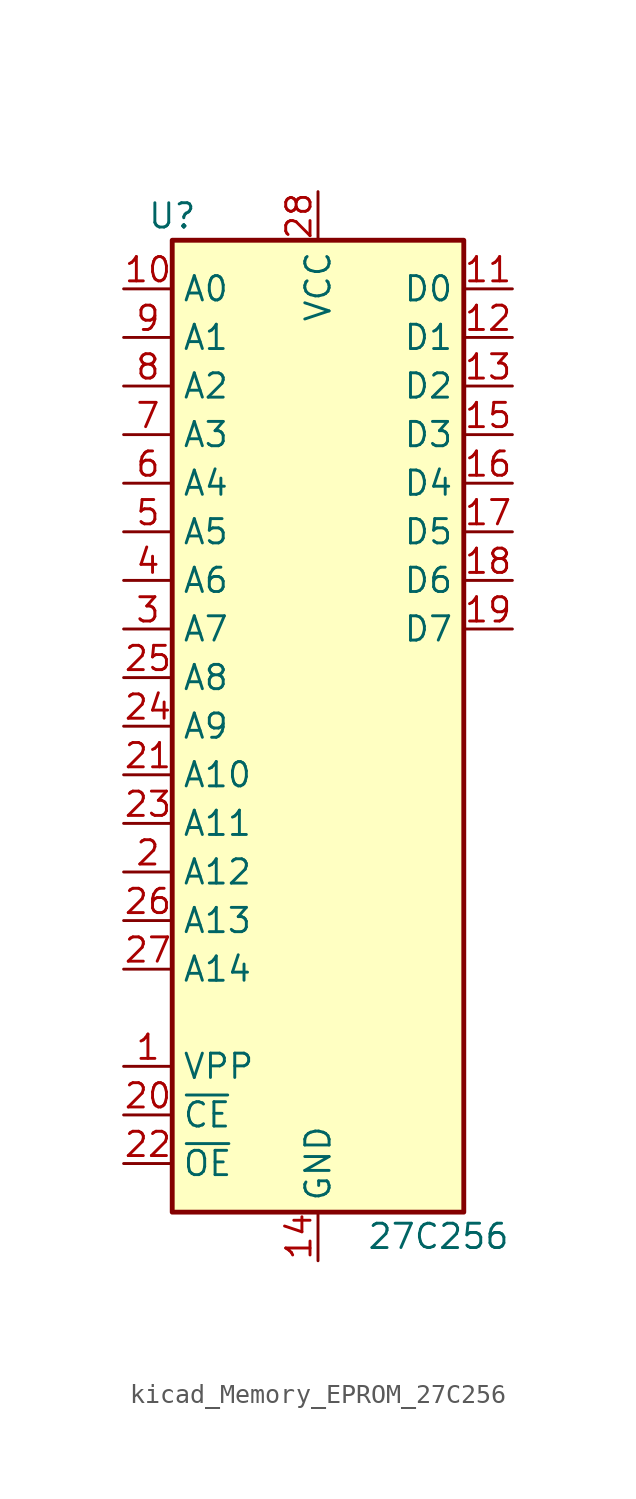
<source format=kicad_sym>
(kicad_symbol_lib
  (version 20220914)
  (generator kicad_symbol_editor)
  (symbol "kicad_Memory_EPROM_27C256"
    (property "Reference" "U"
      (at -7.62 26.67 0)
      (effects (font (size 1.27 1.27))))
    (property "Value" "27C256"
      (at 2.54 -26.67 0)
      (effects (font (size 1.27 1.27)) (justify left)))
    (symbol "kicad_Memory_EPROM_27C256_1_1"
      (rectangle (start -7.62 25.4) (end 7.62 -25.4) (stroke (width 0.254) (type default)) (fill (type background)))
      (pin input line (at -10.16 -17.78 0) (length 2.54) (name "VPP" (effects (font (size 1.27 1.27)))) (number "1" (effects (font (size 1.27 1.27)))))
      (pin input line (at -10.16 22.86 0) (length 2.54) (name "A0" (effects (font (size 1.27 1.27)))) (number "10" (effects (font (size 1.27 1.27)))))
      (pin tri_state line (at 10.16 22.86 180) (length 2.54) (name "D0" (effects (font (size 1.27 1.27)))) (number "11" (effects (font (size 1.27 1.27)))))
      (pin tri_state line (at 10.16 20.32 180) (length 2.54) (name "D1" (effects (font (size 1.27 1.27)))) (number "12" (effects (font (size 1.27 1.27)))))
      (pin tri_state line (at 10.16 17.78 180) (length 2.54) (name "D2" (effects (font (size 1.27 1.27)))) (number "13" (effects (font (size 1.27 1.27)))))
      (pin power_in line (at 0 -27.94 90) (length 2.54) (name "GND" (effects (font (size 1.27 1.27)))) (number "14" (effects (font (size 1.27 1.27)))))
      (pin tri_state line (at 10.16 15.24 180) (length 2.54) (name "D3" (effects (font (size 1.27 1.27)))) (number "15" (effects (font (size 1.27 1.27)))))
      (pin tri_state line (at 10.16 12.7 180) (length 2.54) (name "D4" (effects (font (size 1.27 1.27)))) (number "16" (effects (font (size 1.27 1.27)))))
      (pin tri_state line (at 10.16 10.16 180) (length 2.54) (name "D5" (effects (font (size 1.27 1.27)))) (number "17" (effects (font (size 1.27 1.27)))))
      (pin tri_state line (at 10.16 7.62 180) (length 2.54) (name "D6" (effects (font (size 1.27 1.27)))) (number "18" (effects (font (size 1.27 1.27)))))
      (pin tri_state line (at 10.16 5.08 180) (length 2.54) (name "D7" (effects (font (size 1.27 1.27)))) (number "19" (effects (font (size 1.27 1.27)))))
      (pin input line (at -10.16 -7.62 0) (length 2.54) (name "A12" (effects (font (size 1.27 1.27)))) (number "2" (effects (font (size 1.27 1.27)))))
      (pin input line (at -10.16 -20.32 0) (length 2.54) (name "~{CE}" (effects (font (size 1.27 1.27)))) (number "20" (effects (font (size 1.27 1.27)))))
      (pin input line (at -10.16 -2.54 0) (length 2.54) (name "A10" (effects (font (size 1.27 1.27)))) (number "21" (effects (font (size 1.27 1.27)))))
      (pin input line (at -10.16 -22.86 0) (length 2.54) (name "~{OE}" (effects (font (size 1.27 1.27)))) (number "22" (effects (font (size 1.27 1.27)))))
      (pin input line (at -10.16 -5.08 0) (length 2.54) (name "A11" (effects (font (size 1.27 1.27)))) (number "23" (effects (font (size 1.27 1.27)))))
      (pin input line (at -10.16 0 0) (length 2.54) (name "A9" (effects (font (size 1.27 1.27)))) (number "24" (effects (font (size 1.27 1.27)))))
      (pin input line (at -10.16 2.54 0) (length 2.54) (name "A8" (effects (font (size 1.27 1.27)))) (number "25" (effects (font (size 1.27 1.27)))))
      (pin input line (at -10.16 -10.16 0) (length 2.54) (name "A13" (effects (font (size 1.27 1.27)))) (number "26" (effects (font (size 1.27 1.27)))))
      (pin input line (at -10.16 -12.7 0) (length 2.54) (name "A14" (effects (font (size 1.27 1.27)))) (number "27" (effects (font (size 1.27 1.27)))))
      (pin power_in line (at 0 27.94 270) (length 2.54) (name "VCC" (effects (font (size 1.27 1.27)))) (number "28" (effects (font (size 1.27 1.27)))))
      (pin input line (at -10.16 5.08 0) (length 2.54) (name "A7" (effects (font (size 1.27 1.27)))) (number "3" (effects (font (size 1.27 1.27)))))
      (pin input line (at -10.16 7.62 0) (length 2.54) (name "A6" (effects (font (size 1.27 1.27)))) (number "4" (effects (font (size 1.27 1.27)))))
      (pin input line (at -10.16 10.16 0) (length 2.54) (name "A5" (effects (font (size 1.27 1.27)))) (number "5" (effects (font (size 1.27 1.27)))))
      (pin input line (at -10.16 12.7 0) (length 2.54) (name "A4" (effects (font (size 1.27 1.27)))) (number "6" (effects (font (size 1.27 1.27)))))
      (pin input line (at -10.16 15.24 0) (length 2.54) (name "A3" (effects (font (size 1.27 1.27)))) (number "7" (effects (font (size 1.27 1.27)))))
      (pin input line (at -10.16 17.78 0) (length 2.54) (name "A2" (effects (font (size 1.27 1.27)))) (number "8" (effects (font (size 1.27 1.27)))))
      (pin input line (at -10.16 20.32 0) (length 2.54) (name "A1" (effects (font (size 1.27 1.27)))) (number "9" (effects (font (size 1.27 1.27))))))))
</source>
